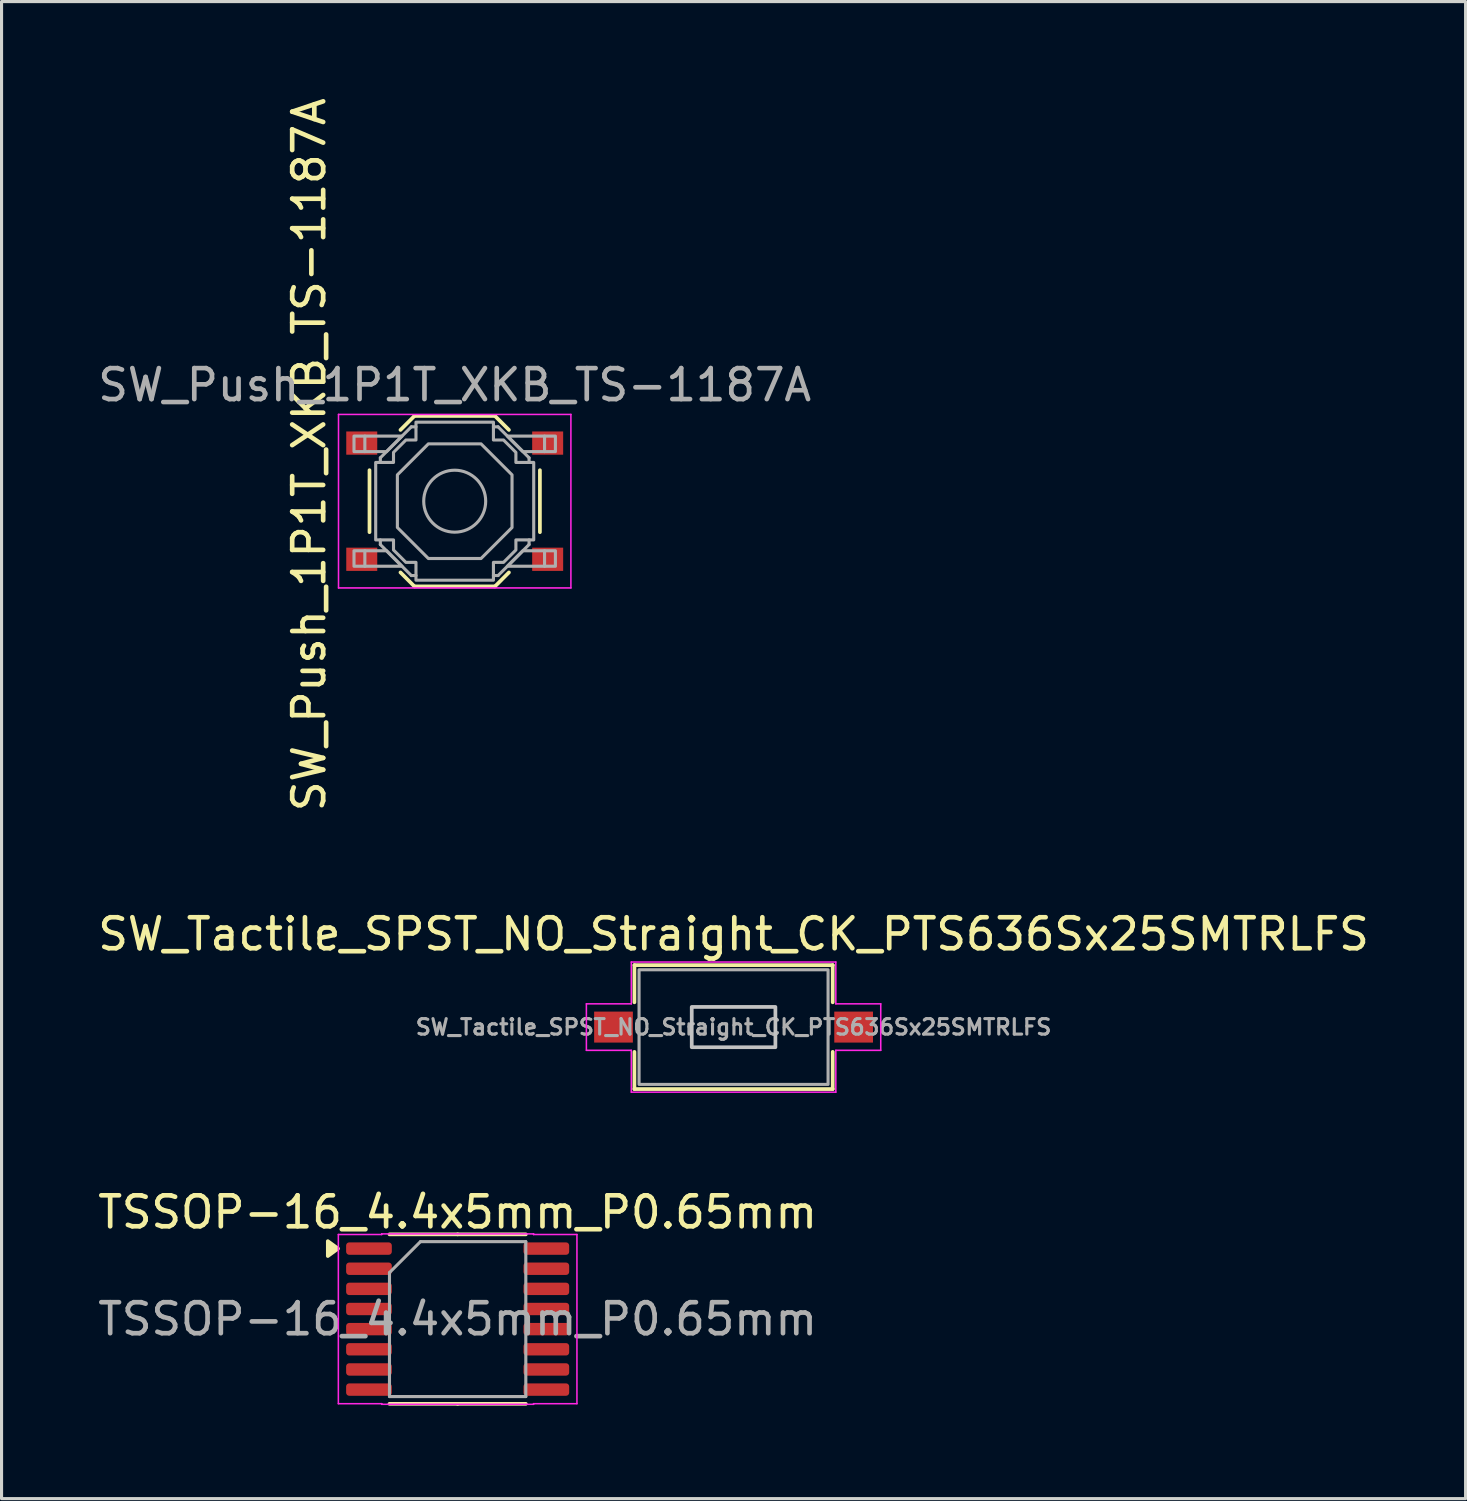
<source format=kicad_pcb>
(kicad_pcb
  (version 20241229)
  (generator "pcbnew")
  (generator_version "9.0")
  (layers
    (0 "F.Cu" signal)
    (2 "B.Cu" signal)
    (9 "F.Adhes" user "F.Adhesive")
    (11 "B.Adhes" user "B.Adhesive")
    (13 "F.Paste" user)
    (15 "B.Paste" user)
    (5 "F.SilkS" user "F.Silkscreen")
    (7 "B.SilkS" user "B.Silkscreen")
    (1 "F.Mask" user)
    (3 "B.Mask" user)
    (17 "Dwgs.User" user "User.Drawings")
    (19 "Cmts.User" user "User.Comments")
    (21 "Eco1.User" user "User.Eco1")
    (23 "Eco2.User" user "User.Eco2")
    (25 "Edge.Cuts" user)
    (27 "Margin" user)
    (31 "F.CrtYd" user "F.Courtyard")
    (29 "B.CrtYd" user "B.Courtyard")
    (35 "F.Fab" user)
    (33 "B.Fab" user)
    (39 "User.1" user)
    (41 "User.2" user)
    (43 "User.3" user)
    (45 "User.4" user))
  (footprint "SW_Push_1P1T_XKB_TS-1187A"
    (layer "F.Cu")
    (at 11.625 13.125)
    (property "Reference" "SW_Push_1P1T_XKB_TS-1187A" (at -4.7 -1.5 90) (layer "F.SilkS") (effects (font (size 1 1) (thickness 0.15))))
    (attr smd)
    (fp_line (start -2.75 -1) (end -2.75 1) (stroke (width 0.12) (type solid)) (layer "F.SilkS"))
    (fp_line (start -1.75 -2.3) (end -1.3 -2.75) (stroke (width 0.12) (type solid)) (layer "F.SilkS"))
    (fp_line (start -1.75 2.3) (end -1.3 2.75) (stroke (width 0.12) (type solid)) (layer "F.SilkS"))
    (fp_line (start -1.3 -2.75) (end 1.3 -2.75) (stroke (width 0.12) (type solid)) (layer "F.SilkS"))
    (fp_line (start -1.3 2.75) (end 1.3 2.75) (stroke (width 0.12) (type solid)) (layer "F.SilkS"))
    (fp_line (start 1.75 -2.3) (end 1.3 -2.75) (stroke (width 0.12) (type solid)) (layer "F.SilkS"))
    (fp_line (start 1.75 2.3) (end 1.3 2.75) (stroke (width 0.12) (type solid)) (layer "F.SilkS"))
    (fp_line (start 2.75 -1) (end 2.75 1) (stroke (width 0.12) (type solid)) (layer "F.SilkS"))
    (fp_line (start -3.75 -2.8) (end 3.75 -2.8) (stroke (width 0.05) (type solid)) (layer "F.CrtYd"))
    (fp_line (start -3.75 2.8) (end -3.75 -2.8) (stroke (width 0.05) (type solid)) (layer "F.CrtYd"))
    (fp_line (start 3.75 -2.8) (end 3.75 2.8) (stroke (width 0.05) (type solid)) (layer "F.CrtYd"))
    (fp_line (start 3.75 2.8) (end -3.75 2.8) (stroke (width 0.05) (type solid)) (layer "F.CrtYd"))
    (fp_line (start -2.9 -2.1) (end -2.9 -1.6) (stroke (width 0.1) (type solid)) (layer "F.Fab"))
    (fp_line (start -2.9 2.1) (end -2.9 1.6) (stroke (width 0.1) (type solid)) (layer "F.Fab"))
    (fp_line (start -2.4 -1.4) (end -1.4 -2.4) (stroke (width 0.1) (type solid)) (layer "F.Fab"))
    (fp_line (start -2.4 -1.25) (end -2.4 -1.4) (stroke (width 0.1) (type solid)) (layer "F.Fab"))
    (fp_line (start -2.4 1.4) (end -2.4 1.25) (stroke (width 0.1) (type solid)) (layer "F.Fab"))
    (fp_line (start -1.4 -2.4) (end -1.25 -2.4) (stroke (width 0.1) (type solid)) (layer "F.Fab"))
    (fp_line (start -1.4 2.4) (end -2.4 1.4) (stroke (width 0.1) (type solid)) (layer "F.Fab"))
    (fp_line (start -1.25 2.4) (end -1.4 2.4) (stroke (width 0.1) (type solid)) (layer "F.Fab"))
    (fp_line (start 1.25 -2.4) (end 1.4 -2.4) (stroke (width 0.1) (type solid)) (layer "F.Fab"))
    (fp_line (start 1.4 -2.4) (end 2.4 -1.4) (stroke (width 0.1) (type solid)) (layer "F.Fab"))
    (fp_line (start 1.4 2.4) (end 1.25 2.4) (stroke (width 0.1) (type solid)) (layer "F.Fab"))
    (fp_line (start 2.4 -1.4) (end 2.4 -1.25) (stroke (width 0.1) (type solid)) (layer "F.Fab"))
    (fp_line (start 2.4 1.25) (end 2.4 1.4) (stroke (width 0.1) (type solid)) (layer "F.Fab"))
    (fp_line (start 2.4 1.4) (end 1.4 2.4) (stroke (width 0.1) (type solid)) (layer "F.Fab"))
    (fp_line (start 2.9 -2.1) (end 2.9 -1.6) (stroke (width 0.1) (type solid)) (layer "F.Fab"))
    (fp_line (start 2.9 2.1) (end 2.9 1.6) (stroke (width 0.1) (type solid)) (layer "F.Fab"))
    (fp_circle (center 0 0) (end 1 0) (stroke (width 0.1) (type solid)) (fill no) (layer "F.Fab"))
    (fp_poly (pts (xy -1.7 -2.1) (xy -2.2 -1.6) (xy -3.25 -1.6) (xy -3.25 -2.1)) (stroke (width 0.1) (type solid)) (fill no) (layer "F.Fab"))
    (fp_poly (pts (xy -1.7 2.1) (xy -2.2 1.6) (xy -3.25 1.6) (xy -3.25 2.1)) (stroke (width 0.1) (type solid)) (fill no) (layer "F.Fab"))
    (fp_poly (pts (xy 1.7 -2.1) (xy 2.2 -1.6) (xy 3.25 -1.6) (xy 3.25 -2.1)) (stroke (width 0.1) (type solid)) (fill no) (layer "F.Fab"))
    (fp_poly (pts (xy 1.7 2.1) (xy 2.2 1.6) (xy 3.25 1.6) (xy 3.25 2.1)) (stroke (width 0.1) (type solid)) (fill no) (layer "F.Fab"))
    (fp_poly (pts (xy 0.85 -1.85) (xy 1.85 -0.85) (xy 1.85 0.85) (xy 0.85 1.85) (xy -0.85 1.85) (xy -1.85 0.85) (xy -1.85 -0.85) (xy -0.85 -1.85)) (stroke (width 0.1) (type solid)) (fill no) (layer "F.Fab"))
    (fp_poly (pts (xy -1.25 -2.55) (xy 1.25 -2.55) (xy 1.25 -1.975) (xy 1.575 -1.975) (xy 1.975 -1.575) (xy 1.975 -1.25) (xy 2.55 -1.25) (xy 2.55 1.25) (xy 1.975 1.25) (xy 1.975 1.575) (xy 1.575 1.975) (xy 1.25 1.975) (xy 1.25 2.55) (xy -1.25 2.55) (xy -1.25 1.975) (xy -1.575 1.975) (xy -1.975 1.575) (xy -1.975 1.25) (xy -2.55 1.25) (xy -2.55 -1.25) (xy -1.975 -1.25) (xy -1.975 -1.575) (xy -1.575 -1.975) (xy -1.25 -1.975)) (stroke (width 0.1) (type solid)) (fill no) (layer "F.Fab"))
    (fp_text user "${REFERENCE}" (at 0 -3.75 0) (layer "F.Fab") (effects (font (size 1 1) (thickness 0.15))))
    (pad "1" smd rect (at -3 -1.875) (size 1 0.75) (layers "F.Cu" "F.Mask" "F.Paste"))
    (pad "1" smd rect (at 3 -1.875) (size 1 0.75) (layers "F.Cu" "F.Mask" "F.Paste"))
    (pad "2" smd rect (at -3 1.875) (size 1 0.75) (layers "F.Cu" "F.Mask" "F.Paste"))
    (pad "2" smd rect (at 3 1.875) (size 1 0.75) (layers "F.Cu" "F.Mask" "F.Paste")))
  (footprint "SW_Tactile_SPST_NO_Straight_CK_PTS636Sx25SMTRLFS"
    (layer "F.Cu")
    (at 20.625 30.098)
    (property "Reference" "SW_Tactile_SPST_NO_Straight_CK_PTS636Sx25SMTRLFS" (at 0 -3 0) (unlocked yes) (layer "F.SilkS") (effects (font (size 1 1) (thickness 0.15))))
    (attr smd)
    (fp_line (start -3.2 -2) (end -3.2 -0.8) (stroke (width 0.12) (type solid)) (layer "F.SilkS"))
    (fp_line (start -3.2 0.8) (end -3.2 2) (stroke (width 0.12) (type solid)) (layer "F.SilkS"))
    (fp_line (start -3.2 2) (end 3.2 2) (stroke (width 0.12) (type solid)) (layer "F.SilkS"))
    (fp_line (start 3.2 -2) (end -3.2 -2) (stroke (width 0.12) (type solid)) (layer "F.SilkS"))
    (fp_line (start 3.2 -0.8) (end 3.2 -2) (stroke (width 0.12) (type solid)) (layer "F.SilkS"))
    (fp_line (start 3.2 2) (end 3.2 0.8) (stroke (width 0.12) (type solid)) (layer "F.SilkS"))
    (fp_rect (start -1.35 -0.65) (end 1.35 0.65) (stroke (width 0.12) (type solid)) (fill no) (layer "Dwgs.User"))
    (fp_line (start -4.75 -0.75) (end -3.3 -0.75) (stroke (width 0.05) (type solid)) (layer "F.CrtYd"))
    (fp_line (start -4.75 0.75) (end -4.75 -0.75) (stroke (width 0.05) (type solid)) (layer "F.CrtYd"))
    (fp_line (start -3.3 -2.1) (end 3.3 -2.1) (stroke (width 0.05) (type solid)) (layer "F.CrtYd"))
    (fp_line (start -3.3 -0.75) (end -3.3 -2.1) (stroke (width 0.05) (type solid)) (layer "F.CrtYd"))
    (fp_line (start -3.3 0.75) (end -4.75 0.75) (stroke (width 0.05) (type solid)) (layer "F.CrtYd"))
    (fp_line (start -3.3 2.1) (end -3.3 0.75) (stroke (width 0.05) (type solid)) (layer "F.CrtYd"))
    (fp_line (start 3.3 -2.1) (end 3.3 -0.75) (stroke (width 0.05) (type solid)) (layer "F.CrtYd"))
    (fp_line (start 3.3 -0.75) (end 4.75 -0.75) (stroke (width 0.05) (type solid)) (layer "F.CrtYd"))
    (fp_line (start 3.3 0.75) (end 3.3 2.1) (stroke (width 0.05) (type solid)) (layer "F.CrtYd"))
    (fp_line (start 3.3 2.1) (end -3.3 2.1) (stroke (width 0.05) (type solid)) (layer "F.CrtYd"))
    (fp_line (start 4.75 -0.75) (end 4.75 0.75) (stroke (width 0.05) (type solid)) (layer "F.CrtYd"))
    (fp_line (start 4.75 0.75) (end 3.3 0.75) (stroke (width 0.05) (type solid)) (layer "F.CrtYd"))
    (fp_rect (start -3.05 -1.85) (end 3.05 1.85) (stroke (width 0.1) (type solid)) (fill no) (layer "F.Fab"))
    (fp_text user "${REFERENCE}" (at 0 0 0) (unlocked yes) (layer "F.Fab") (effects (font (size 0.5 0.5) (thickness 0.1))))
    (pad "1" smd rect (at -3.875 0) (size 1.25 1) (layers "F.Cu" "F.Mask" "F.Paste"))
    (pad "2" smd rect (at 3.875 0) (size 1.25 1) (layers "F.Cu" "F.Mask" "F.Paste")))
  (footprint "TSSOP-16_4.4x5mm_P0.65mm"
    (layer "F.Cu")
    (at 11.72 39.522)
    (property "Reference" "TSSOP-16_4.4x5mm_P0.65mm" (at 0 -3.45 0) (layer "F.SilkS") (effects (font (size 1 1) (thickness 0.15))))
    (attr smd)
    (fp_line (start 0 -2.735) (end -2.2 -2.735) (stroke (width 0.12) (type solid)) (layer "F.SilkS"))
    (fp_line (start 0 -2.735) (end 2.2 -2.735) (stroke (width 0.12) (type solid)) (layer "F.SilkS"))
    (fp_line (start 0 2.735) (end -2.2 2.735) (stroke (width 0.12) (type solid)) (layer "F.SilkS"))
    (fp_line (start 0 2.735) (end 2.2 2.735) (stroke (width 0.12) (type solid)) (layer "F.SilkS"))
    (fp_poly (pts (xy -3.86 -2.275) (xy -4.19 -2.035) (xy -4.19 -2.515)) (stroke (width 0.12) (type solid)) (fill yes) (layer "F.SilkS"))
    (fp_line (start -3.85 -2.73) (end -2.45 -2.73) (stroke (width 0.05) (type solid)) (layer "F.CrtYd"))
    (fp_line (start -3.85 2.73) (end -3.85 -2.73) (stroke (width 0.05) (type solid)) (layer "F.CrtYd"))
    (fp_line (start -2.45 -2.75) (end 2.45 -2.75) (stroke (width 0.05) (type solid)) (layer "F.CrtYd"))
    (fp_line (start -2.45 -2.73) (end -2.45 -2.75) (stroke (width 0.05) (type solid)) (layer "F.CrtYd"))
    (fp_line (start -2.45 2.73) (end -3.85 2.73) (stroke (width 0.05) (type solid)) (layer "F.CrtYd"))
    (fp_line (start -2.45 2.75) (end -2.45 2.73) (stroke (width 0.05) (type solid)) (layer "F.CrtYd"))
    (fp_line (start 2.45 -2.75) (end 2.45 -2.73) (stroke (width 0.05) (type solid)) (layer "F.CrtYd"))
    (fp_line (start 2.45 -2.73) (end 3.85 -2.73) (stroke (width 0.05) (type solid)) (layer "F.CrtYd"))
    (fp_line (start 2.45 2.73) (end 2.45 2.75) (stroke (width 0.05) (type solid)) (layer "F.CrtYd"))
    (fp_line (start 2.45 2.75) (end -2.45 2.75) (stroke (width 0.05) (type solid)) (layer "F.CrtYd"))
    (fp_line (start 3.85 -2.73) (end 3.85 2.73) (stroke (width 0.05) (type solid)) (layer "F.CrtYd"))
    (fp_line (start 3.85 2.73) (end 2.45 2.73) (stroke (width 0.05) (type solid)) (layer "F.CrtYd"))
    (fp_line (start -2.2 -1.5) (end -1.2 -2.5) (stroke (width 0.1) (type solid)) (layer "F.Fab"))
    (fp_line (start -2.2 2.5) (end -2.2 -1.5) (stroke (width 0.1) (type solid)) (layer "F.Fab"))
    (fp_line (start -1.2 -2.5) (end 2.2 -2.5) (stroke (width 0.1) (type solid)) (layer "F.Fab"))
    (fp_line (start 2.2 -2.5) (end 2.2 2.5) (stroke (width 0.1) (type solid)) (layer "F.Fab"))
    (fp_line (start 2.2 2.5) (end -2.2 2.5) (stroke (width 0.1) (type solid)) (layer "F.Fab"))
    (fp_text user "${REFERENCE}" (at 0 0 0) (layer "F.Fab") (effects (font (size 1 1) (thickness 0.15))))
    (pad "1" smd roundrect (at -2.862 -2.275) (size 1.475 0.4) (layers "F.Cu" "F.Mask" "F.Paste") (roundrect_rratio 0.25))
    (pad "2" smd roundrect (at -2.862 -1.625) (size 1.475 0.4) (layers "F.Cu" "F.Mask" "F.Paste") (roundrect_rratio 0.25))
    (pad "3" smd roundrect (at -2.862 -0.975) (size 1.475 0.4) (layers "F.Cu" "F.Mask" "F.Paste") (roundrect_rratio 0.25))
    (pad "4" smd roundrect (at -2.862 -0.325) (size 1.475 0.4) (layers "F.Cu" "F.Mask" "F.Paste") (roundrect_rratio 0.25))
    (pad "5" smd roundrect (at -2.862 0.325) (size 1.475 0.4) (layers "F.Cu" "F.Mask" "F.Paste") (roundrect_rratio 0.25))
    (pad "6" smd roundrect (at -2.862 0.975) (size 1.475 0.4) (layers "F.Cu" "F.Mask" "F.Paste") (roundrect_rratio 0.25))
    (pad "7" smd roundrect (at -2.862 1.625) (size 1.475 0.4) (layers "F.Cu" "F.Mask" "F.Paste") (roundrect_rratio 0.25))
    (pad "8" smd roundrect (at -2.862 2.275) (size 1.475 0.4) (layers "F.Cu" "F.Mask" "F.Paste") (roundrect_rratio 0.25))
    (pad "9" smd roundrect (at 2.862 2.275) (size 1.475 0.4) (layers "F.Cu" "F.Mask" "F.Paste") (roundrect_rratio 0.25))
    (pad "10" smd roundrect (at 2.862 1.625) (size 1.475 0.4) (layers "F.Cu" "F.Mask" "F.Paste") (roundrect_rratio 0.25))
    (pad "11" smd roundrect (at 2.862 0.975) (size 1.475 0.4) (layers "F.Cu" "F.Mask" "F.Paste") (roundrect_rratio 0.25))
    (pad "12" smd roundrect (at 2.862 0.325) (size 1.475 0.4) (layers "F.Cu" "F.Mask" "F.Paste") (roundrect_rratio 0.25))
    (pad "13" smd roundrect (at 2.862 -0.325) (size 1.475 0.4) (layers "F.Cu" "F.Mask" "F.Paste") (roundrect_rratio 0.25))
    (pad "14" smd roundrect (at 2.862 -0.975) (size 1.475 0.4) (layers "F.Cu" "F.Mask" "F.Paste") (roundrect_rratio 0.25))
    (pad "15" smd roundrect (at 2.862 -1.625) (size 1.475 0.4) (layers "F.Cu" "F.Mask" "F.Paste") (roundrect_rratio 0.25))
    (pad "16" smd roundrect (at 2.862 -2.275) (size 1.475 0.4) (layers "F.Cu" "F.Mask" "F.Paste") (roundrect_rratio 0.25)))
  (gr_rect
    (start -3 -3)
    (end 44.25 45.317)
    (stroke (width 0.1) (type default))
    (fill no)
    (layer "Edge.Cuts")))
</source>
